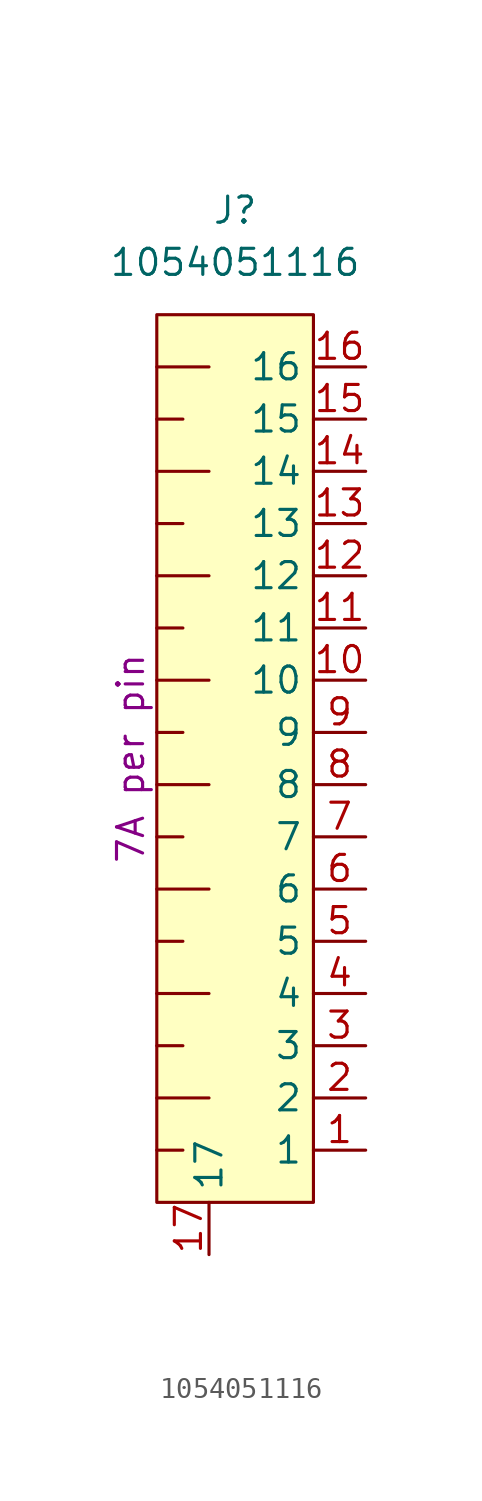
<source format=kicad_sym>
(kicad_symbol_lib
  (version 20210619)
  (generator kicad_symbol_editor)
  (symbol "ulib_Connectors_NanoFit:1054051116"
    (property "Reference" "J"
      (at 1.27 22.86 0)
      (effects (font (size 1.27 1.27))))
    (property "Value" "1054051116"
      (at 1.27 20.32 0)
      (effects (font (size 1.27 1.27))))
    (property "Current" "7A per pin"
      (at -3.81 -3.81 90)
      (effects (font (size 1.27 1.27))))
    (symbol "1054051116_0_1"
      (rectangle (start -2.54 17.78) (end 5.08 -25.4) (stroke (width 0.152)) (fill (type background)))
      (polyline (pts (xy -2.54 -22.86) (xy -1.27 -22.86)) (stroke (width 0.152)) (fill (type none)))
      (polyline (pts (xy -2.54 -20.32) (xy 0 -20.32)) (stroke (width 0.152)) (fill (type none)))
      (polyline (pts (xy -2.54 -17.78) (xy -1.27 -17.78)) (stroke (width 0.152)) (fill (type none)))
      (polyline (pts (xy -2.54 -15.24) (xy 0 -15.24)) (stroke (width 0.152)) (fill (type none)))
      (polyline (pts (xy -2.54 -12.7) (xy -1.27 -12.7)) (stroke (width 0.152)) (fill (type none)))
      (polyline (pts (xy -2.54 -10.16) (xy 0 -10.16)) (stroke (width 0.152)) (fill (type none)))
      (polyline (pts (xy -2.54 -7.62) (xy -1.27 -7.62)) (stroke (width 0.152)) (fill (type none)))
      (polyline (pts (xy -2.54 -5.08) (xy 0 -5.08)) (stroke (width 0.152)) (fill (type none)))
      (polyline (pts (xy -2.54 -2.54) (xy -1.27 -2.54)) (stroke (width 0.152)) (fill (type none)))
      (polyline (pts (xy -2.54 0) (xy 0 0)) (stroke (width 0.152)) (fill (type none)))
      (polyline (pts (xy -2.54 2.54) (xy -1.27 2.54)) (stroke (width 0.152)) (fill (type none)))
      (polyline (pts (xy -2.54 5.08) (xy 0 5.08)) (stroke (width 0.152)) (fill (type none)))
      (polyline (pts (xy -2.54 7.62) (xy -1.27 7.62)) (stroke (width 0.152)) (fill (type none)))
      (polyline (pts (xy -2.54 10.16) (xy 0 10.16)) (stroke (width 0.152)) (fill (type none)))
      (polyline (pts (xy -2.54 12.7) (xy -1.27 12.7)) (stroke (width 0.152)) (fill (type none)))
      (polyline (pts (xy -2.54 15.24) (xy 0 15.24)) (stroke (width 0.152)) (fill (type none))))
    (symbol "1054051116_1_1"
      (pin passive line (at 7.62 -22.86 180) (length 2.54) (name "1" (effects (font (size 1.27 1.27)))) (number "1" (effects (font (size 1.27 1.27)))))
      (pin passive line (at 7.62 0 180) (length 2.54) (name "10" (effects (font (size 1.27 1.27)))) (number "10" (effects (font (size 1.27 1.27)))))
      (pin passive line (at 7.62 2.54 180) (length 2.54) (name "11" (effects (font (size 1.27 1.27)))) (number "11" (effects (font (size 1.27 1.27)))))
      (pin passive line (at 7.62 5.08 180) (length 2.54) (name "12" (effects (font (size 1.27 1.27)))) (number "12" (effects (font (size 1.27 1.27)))))
      (pin passive line (at 7.62 7.62 180) (length 2.54) (name "13" (effects (font (size 1.27 1.27)))) (number "13" (effects (font (size 1.27 1.27)))))
      (pin passive line (at 7.62 10.16 180) (length 2.54) (name "14" (effects (font (size 1.27 1.27)))) (number "14" (effects (font (size 1.27 1.27)))))
      (pin passive line (at 7.62 12.7 180) (length 2.54) (name "15" (effects (font (size 1.27 1.27)))) (number "15" (effects (font (size 1.27 1.27)))))
      (pin passive line (at 7.62 15.24 180) (length 2.54) (name "16" (effects (font (size 1.27 1.27)))) (number "16" (effects (font (size 1.27 1.27)))))
      (pin passive line (at 0 -27.94 90) (length 2.54) (name "17" (effects (font (size 1.27 1.27)))) (number "17" (effects (font (size 1.27 1.27)))))
      (pin passive line (at 7.62 -20.32 180) (length 2.54) (name "2" (effects (font (size 1.27 1.27)))) (number "2" (effects (font (size 1.27 1.27)))))
      (pin passive line (at 7.62 -17.78 180) (length 2.54) (name "3" (effects (font (size 1.27 1.27)))) (number "3" (effects (font (size 1.27 1.27)))))
      (pin passive line (at 7.62 -15.24 180) (length 2.54) (name "4" (effects (font (size 1.27 1.27)))) (number "4" (effects (font (size 1.27 1.27)))))
      (pin passive line (at 7.62 -12.7 180) (length 2.54) (name "5" (effects (font (size 1.27 1.27)))) (number "5" (effects (font (size 1.27 1.27)))))
      (pin passive line (at 7.62 -10.16 180) (length 2.54) (name "6" (effects (font (size 1.27 1.27)))) (number "6" (effects (font (size 1.27 1.27)))))
      (pin passive line (at 7.62 -7.62 180) (length 2.54) (name "7" (effects (font (size 1.27 1.27)))) (number "7" (effects (font (size 1.27 1.27)))))
      (pin passive line (at 7.62 -5.08 180) (length 2.54) (name "8" (effects (font (size 1.27 1.27)))) (number "8" (effects (font (size 1.27 1.27)))))
      (pin passive line (at 7.62 -2.54 180) (length 2.54) (name "9" (effects (font (size 1.27 1.27)))) (number "9" (effects (font (size 1.27 1.27))))))))
</source>
